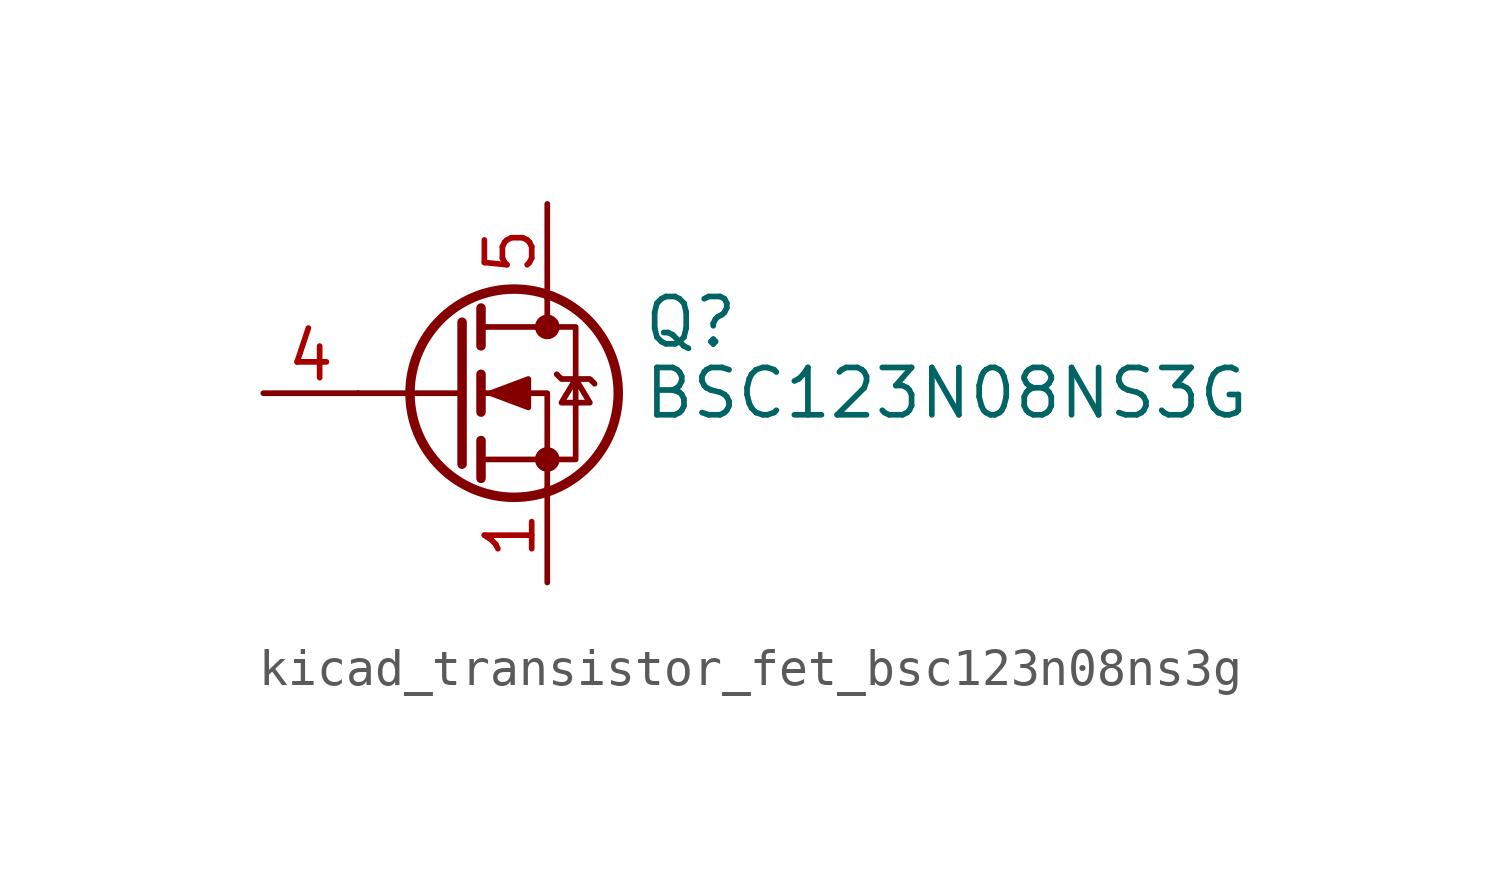
<source format=kicad_sym>
(kicad_symbol_lib
  (version 20220914)
  (generator kicad_symbol_editor)
  (symbol "kicad_transistor_fet_bsc123n08ns3g"
    (pin_names hide)
    (property "Reference" "Q"
      (at 5.08 1.905 0)
      (effects (font (size 1.27 1.27)) (justify left)))
    (property "Value" "BSC123N08NS3G"
      (at 5.08 0 0)
      (effects (font (size 1.27 1.27)) (justify left)))
    (symbol "kicad_transistor_fet_bsc123n08ns3g_0_1"
      (polyline (pts (xy 0.254 0) (xy -2.54 0)) (stroke (width 0) (type default)) (fill (type none)))
      (polyline (pts (xy 0.254 1.905) (xy 0.254 -1.905)) (stroke (width 0.254) (type default)) (fill (type none)))
      (polyline (pts (xy 0.762 -1.27) (xy 0.762 -2.286)) (stroke (width 0.254) (type default)) (fill (type none)))
      (polyline (pts (xy 0.762 0.508) (xy 0.762 -0.508)) (stroke (width 0.254) (type default)) (fill (type none)))
      (polyline (pts (xy 0.762 2.286) (xy 0.762 1.27)) (stroke (width 0.254) (type default)) (fill (type none)))
      (polyline (pts (xy 2.54 2.54) (xy 2.54 1.778)) (stroke (width 0) (type default)) (fill (type none)))
      (polyline (pts (xy 2.54 -2.54) (xy 2.54 0) (xy 0.762 0)) (stroke (width 0) (type default)) (fill (type none)))
      (polyline (pts (xy 0.762 -1.778) (xy 3.302 -1.778) (xy 3.302 1.778) (xy 0.762 1.778)) (stroke (width 0) (type default)) (fill (type none)))
      (polyline (pts (xy 1.016 0) (xy 2.032 0.381) (xy 2.032 -0.381) (xy 1.016 0)) (stroke (width 0) (type default)) (fill (type outline)))
      (polyline (pts (xy 2.794 0.508) (xy 2.921 0.381) (xy 3.683 0.381) (xy 3.81 0.254)) (stroke (width 0) (type default)) (fill (type none)))
      (polyline (pts (xy 3.302 0.381) (xy 2.921 -0.254) (xy 3.683 -0.254) (xy 3.302 0.381)) (stroke (width 0) (type default)) (fill (type none)))
      (circle (center 1.651 0) (radius 2.794) (stroke (width 0.254) (type default)) (fill (type none)))
      (circle (center 2.54 -1.778) (radius 0.254) (stroke (width 0) (type default)) (fill (type outline)))
      (circle (center 2.54 1.778) (radius 0.254) (stroke (width 0) (type default)) (fill (type outline))))
    (symbol "kicad_transistor_fet_bsc123n08ns3g_1_1"
      (pin passive line (at 2.54 -5.08 90) (length 2.54) (name "S" (effects (font (size 1.27 1.27)))) (number "1" (effects (font (size 1.27 1.27)))))
      (pin passive line (at 2.54 -5.08 90) (length 2.54) hide (name "S" (effects (font (size 1.27 1.27)))) (number "2" (effects (font (size 1.27 1.27)))))
      (pin passive line (at 2.54 -5.08 90) (length 2.54) hide (name "S" (effects (font (size 1.27 1.27)))) (number "3" (effects (font (size 1.27 1.27)))))
      (pin passive line (at -5.08 0 0) (length 2.54) (name "G" (effects (font (size 1.27 1.27)))) (number "4" (effects (font (size 1.27 1.27)))))
      (pin passive line (at 2.54 5.08 270) (length 2.54) (name "D" (effects (font (size 1.27 1.27)))) (number "5" (effects (font (size 1.27 1.27))))))))
</source>
